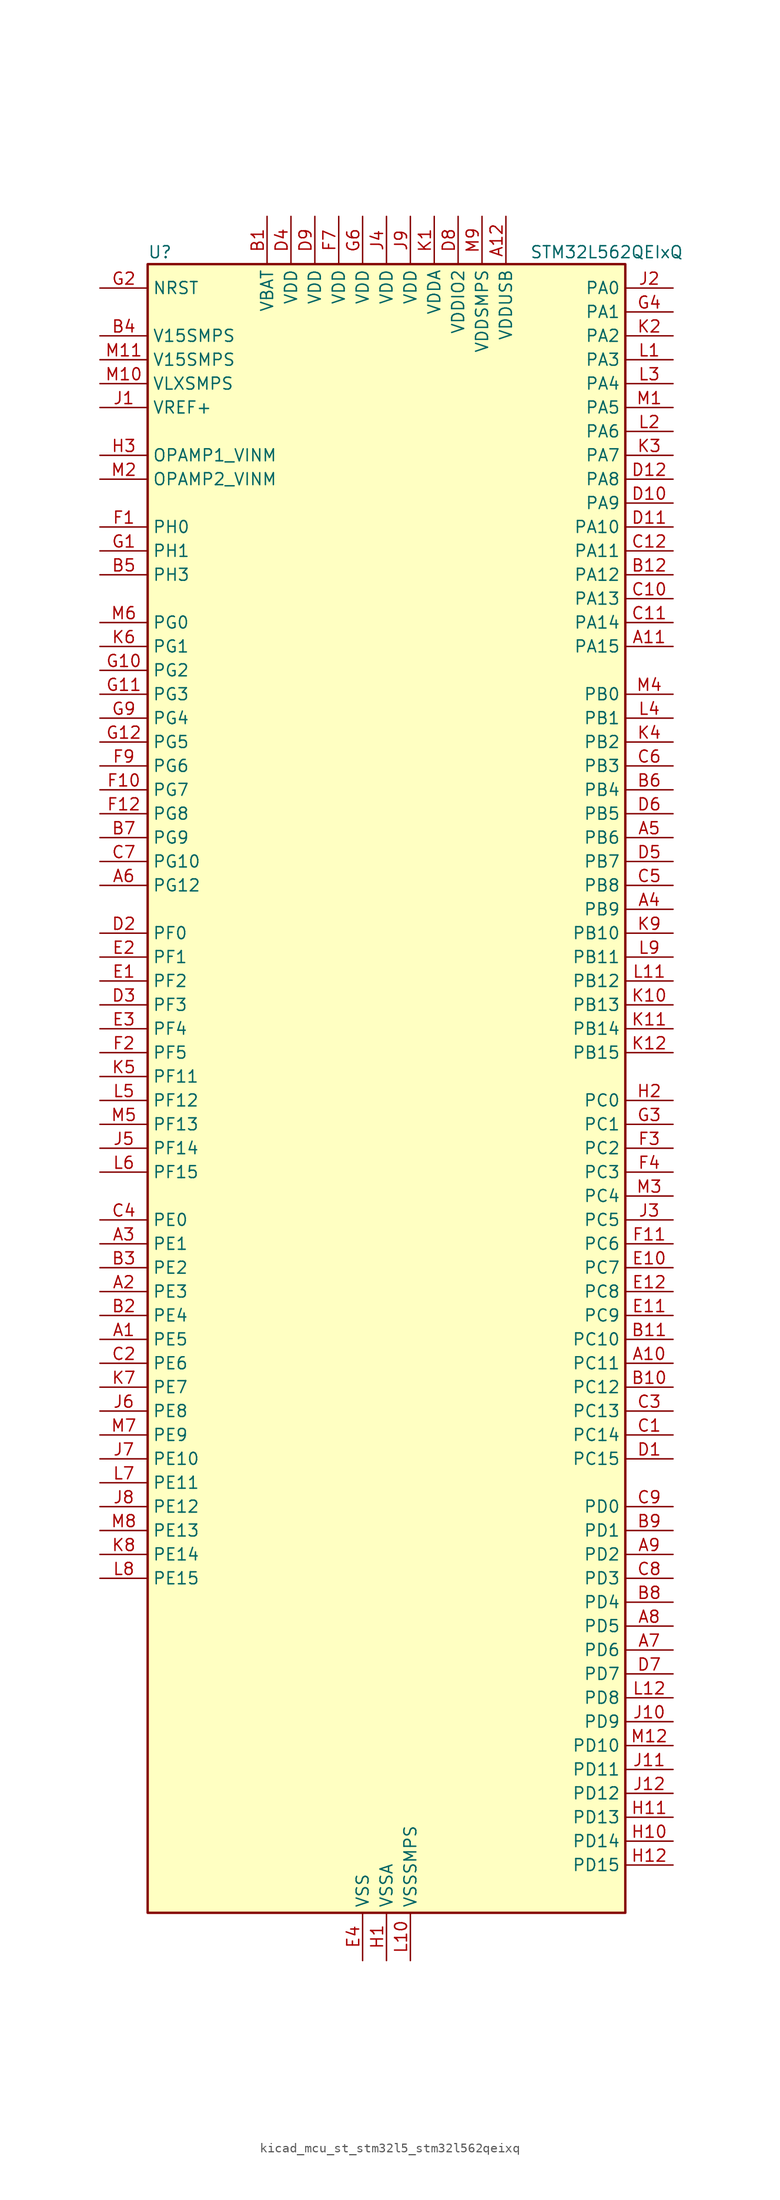
<source format=kicad_sym>
(kicad_symbol_lib
  (version 20220914)
  (generator kicad_symbol_editor)
  (symbol "kicad_mcu_st_stm32l5_stm32l562qeixq"
    (property "Reference" "U"
      (at -25.4 90.17 0)
      (effects (font (size 1.27 1.27)) (justify left)))
    (property "Value" "STM32L562QEIxQ"
      (at 15.24 90.17 0)
      (effects (font (size 1.27 1.27)) (justify left)))
    (property "ki_locked" ""
      (at 0 0 0)
      (effects (font (size 1.27 1.27))))
    (symbol "kicad_mcu_st_stm32l5_stm32l562qeixq_0_1"
      (rectangle (start -25.4 -86.36) (end 25.4 88.9) (stroke (width 0.254) (type default)) (fill (type background))))
    (symbol "kicad_mcu_st_stm32l5_stm32l562qeixq_1_1"
      (pin bidirectional line (at -30.48 -25.4 0) (length 5.08) (name "PE5" (effects (font (size 1.27 1.27)))) (number "A1" (effects (font (size 1.27 1.27)))) (alternate "DEBUG_TRACED2" bidirectional line) (alternate "DFSDM1_CKIN3" bidirectional line) (alternate "FMC_A21" bidirectional line) (alternate "SAI1_CK2" bidirectional line) (alternate "SAI1_SCK_A" bidirectional line) (alternate "TIM3_CH3" bidirectional line) (alternate "TSC_G7_IO4" bidirectional line))
      (pin bidirectional line (at 30.48 -27.94 180) (length 5.08) (name "PC11" (effects (font (size 1.27 1.27)))) (number "A10" (effects (font (size 1.27 1.27)))) (alternate "ADC1_EXTI11" bidirectional line) (alternate "ADC2_EXTI11" bidirectional line) (alternate "LPTIM3_IN1" bidirectional line) (alternate "OCTOSPI1_NCS" bidirectional line) (alternate "SAI2_MCLK_B" bidirectional line) (alternate "SDMMC1_D3" bidirectional line) (alternate "SPI3_MISO" bidirectional line) (alternate "TSC_G3_IO3" bidirectional line) (alternate "UART4_RX" bidirectional line) (alternate "UCPD1_FRSTX2" bidirectional line) (alternate "USART3_RX" bidirectional line))
      (pin bidirectional line (at 30.48 48.26 180) (length 5.08) (name "PA15" (effects (font (size 1.27 1.27)))) (number "A11" (effects (font (size 1.27 1.27)))) (alternate "ADC1_EXTI15" bidirectional line) (alternate "ADC2_EXTI15" bidirectional line) (alternate "DEBUG_JTDI" bidirectional line) (alternate "SAI2_FS_B" bidirectional line) (alternate "SPI1_NSS" bidirectional line) (alternate "SPI3_NSS" bidirectional line) (alternate "TIM2_CH1" bidirectional line) (alternate "TIM2_ETR" bidirectional line) (alternate "UART4_DE" bidirectional line) (alternate "UART4_RTS" bidirectional line) (alternate "UCPD1_CC1" bidirectional line) (alternate "USART2_RX" bidirectional line) (alternate "USART3_DE" bidirectional line) (alternate "USART3_RTS" bidirectional line))
      (pin power_in line (at 12.7 93.98 270) (length 5.08) (name "VDDUSB" (effects (font (size 1.27 1.27)))) (number "A12" (effects (font (size 1.27 1.27)))))
      (pin bidirectional line (at -30.48 -20.32 0) (length 5.08) (name "PE3" (effects (font (size 1.27 1.27)))) (number "A2" (effects (font (size 1.27 1.27)))) (alternate "DEBUG_TRACED0" bidirectional line) (alternate "FMC_A19" bidirectional line) (alternate "OCTOSPI1_DQS" bidirectional line) (alternate "SAI1_SD_B" bidirectional line) (alternate "TIM3_CH1" bidirectional line) (alternate "TSC_G7_IO2" bidirectional line))
      (pin bidirectional line (at -30.48 -15.24 0) (length 5.08) (name "PE1" (effects (font (size 1.27 1.27)))) (number "A3" (effects (font (size 1.27 1.27)))) (alternate "FMC_NBL1" bidirectional line) (alternate "TIM17_CH1" bidirectional line))
      (pin bidirectional line (at 30.48 20.32 180) (length 5.08) (name "PB9" (effects (font (size 1.27 1.27)))) (number "A4" (effects (font (size 1.27 1.27)))) (alternate "DAC1_EXTI9" bidirectional line) (alternate "FDCAN1_TX" bidirectional line) (alternate "I2C1_SDA" bidirectional line) (alternate "IR_OUT" bidirectional line) (alternate "SAI1_D2" bidirectional line) (alternate "SAI1_FS_A" bidirectional line) (alternate "SDMMC1_CDIR" bidirectional line) (alternate "SDMMC1_D5" bidirectional line) (alternate "SPI2_NSS" bidirectional line) (alternate "TIM17_CH1" bidirectional line) (alternate "TIM4_CH4" bidirectional line))
      (pin bidirectional line (at 30.48 27.94 180) (length 5.08) (name "PB6" (effects (font (size 1.27 1.27)))) (number "A5" (effects (font (size 1.27 1.27)))) (alternate "COMP2_INP" bidirectional line) (alternate "I2C1_SCL" bidirectional line) (alternate "I2C4_SCL" bidirectional line) (alternate "LPTIM1_ETR" bidirectional line) (alternate "SAI1_FS_B" bidirectional line) (alternate "TIM16_CH1N" bidirectional line) (alternate "TIM4_CH1" bidirectional line) (alternate "TIM8_BKIN2" bidirectional line) (alternate "TSC_G2_IO3" bidirectional line) (alternate "USART1_TX" bidirectional line))
      (pin bidirectional line (at -30.48 22.86 0) (length 5.08) (name "PG12" (effects (font (size 1.27 1.27)))) (number "A6" (effects (font (size 1.27 1.27)))) (alternate "FMC_NE4" bidirectional line) (alternate "LPTIM1_ETR" bidirectional line) (alternate "SAI2_SD_A" bidirectional line) (alternate "SPI3_NSS" bidirectional line) (alternate "USART1_DE" bidirectional line) (alternate "USART1_RTS" bidirectional line))
      (pin bidirectional line (at 30.48 -58.42 180) (length 5.08) (name "PD6" (effects (font (size 1.27 1.27)))) (number "A7" (effects (font (size 1.27 1.27)))) (alternate "DFSDM1_DATIN1" bidirectional line) (alternate "FMC_NWAIT" bidirectional line) (alternate "OCTOSPI1_IO6" bidirectional line) (alternate "SAI1_D1" bidirectional line) (alternate "SAI1_SD_A" bidirectional line) (alternate "SPI3_MOSI" bidirectional line) (alternate "USART2_RX" bidirectional line))
      (pin bidirectional line (at 30.48 -55.88 180) (length 5.08) (name "PD5" (effects (font (size 1.27 1.27)))) (number "A8" (effects (font (size 1.27 1.27)))) (alternate "FMC_NWE" bidirectional line) (alternate "OCTOSPI1_IO5" bidirectional line) (alternate "USART2_TX" bidirectional line))
      (pin bidirectional line (at 30.48 -48.26 180) (length 5.08) (name "PD2" (effects (font (size 1.27 1.27)))) (number "A9" (effects (font (size 1.27 1.27)))) (alternate "DEBUG_TRACED2" bidirectional line) (alternate "SDMMC1_CMD" bidirectional line) (alternate "TIM3_ETR" bidirectional line) (alternate "TSC_SYNC" bidirectional line) (alternate "UART5_RX" bidirectional line) (alternate "USART3_DE" bidirectional line) (alternate "USART3_RTS" bidirectional line))
      (pin power_in line (at -12.7 93.98 270) (length 5.08) (name "VBAT" (effects (font (size 1.27 1.27)))) (number "B1" (effects (font (size 1.27 1.27)))))
      (pin bidirectional line (at 30.48 -30.48 180) (length 5.08) (name "PC12" (effects (font (size 1.27 1.27)))) (number "B10" (effects (font (size 1.27 1.27)))) (alternate "DEBUG_TRACED3" bidirectional line) (alternate "SAI2_SD_B" bidirectional line) (alternate "SDMMC1_CK" bidirectional line) (alternate "SPI3_MOSI" bidirectional line) (alternate "TSC_G3_IO4" bidirectional line) (alternate "UART5_TX" bidirectional line) (alternate "USART3_CK" bidirectional line))
      (pin bidirectional line (at 30.48 -25.4 180) (length 5.08) (name "PC10" (effects (font (size 1.27 1.27)))) (number "B11" (effects (font (size 1.27 1.27)))) (alternate "DEBUG_TRACED1" bidirectional line) (alternate "LPTIM3_ETR" bidirectional line) (alternate "SAI2_SCK_B" bidirectional line) (alternate "SDMMC1_D2" bidirectional line) (alternate "SPI3_SCK" bidirectional line) (alternate "TSC_G3_IO2" bidirectional line) (alternate "UART4_TX" bidirectional line) (alternate "USART3_TX" bidirectional line))
      (pin bidirectional line (at 30.48 55.88 180) (length 5.08) (name "PA12" (effects (font (size 1.27 1.27)))) (number "B12" (effects (font (size 1.27 1.27)))) (alternate "FDCAN1_TX" bidirectional line) (alternate "SPI1_MOSI" bidirectional line) (alternate "TIM1_ETR" bidirectional line) (alternate "USART1_DE" bidirectional line) (alternate "USART1_RTS" bidirectional line) (alternate "USB_DP" bidirectional line))
      (pin bidirectional line (at -30.48 -22.86 0) (length 5.08) (name "PE4" (effects (font (size 1.27 1.27)))) (number "B2" (effects (font (size 1.27 1.27)))) (alternate "DEBUG_TRACED1" bidirectional line) (alternate "DFSDM1_DATIN3" bidirectional line) (alternate "FMC_A20" bidirectional line) (alternate "SAI1_D2" bidirectional line) (alternate "SAI1_FS_A" bidirectional line) (alternate "TIM3_CH2" bidirectional line) (alternate "TSC_G7_IO3" bidirectional line))
      (pin bidirectional line (at -30.48 -17.78 0) (length 5.08) (name "PE2" (effects (font (size 1.27 1.27)))) (number "B3" (effects (font (size 1.27 1.27)))) (alternate "DEBUG_TRACECLK" bidirectional line) (alternate "FMC_A23" bidirectional line) (alternate "SAI1_CK1" bidirectional line) (alternate "SAI1_MCLK_A" bidirectional line) (alternate "TIM3_ETR" bidirectional line) (alternate "TSC_G7_IO1" bidirectional line))
      (pin power_in line (at -30.48 81.28 0) (length 5.08) (name "V15SMPS" (effects (font (size 1.27 1.27)))) (number "B4" (effects (font (size 1.27 1.27)))))
      (pin bidirectional line (at -30.48 55.88 0) (length 5.08) (name "PH3" (effects (font (size 1.27 1.27)))) (number "B5" (effects (font (size 1.27 1.27)))))
      (pin bidirectional line (at 30.48 33.02 180) (length 5.08) (name "PB4" (effects (font (size 1.27 1.27)))) (number "B6" (effects (font (size 1.27 1.27)))) (alternate "COMP2_INP" bidirectional line) (alternate "DEBUG_JTRST" bidirectional line) (alternate "I2C3_SDA" bidirectional line) (alternate "SAI1_MCLK_B" bidirectional line) (alternate "SPI1_MISO" bidirectional line) (alternate "SPI3_MISO" bidirectional line) (alternate "TIM17_BKIN" bidirectional line) (alternate "TIM3_CH1" bidirectional line) (alternate "TSC_G2_IO1" bidirectional line) (alternate "UART5_DE" bidirectional line) (alternate "UART5_RTS" bidirectional line) (alternate "USART1_CTS" bidirectional line) (alternate "USART1_NSS" bidirectional line))
      (pin bidirectional line (at -30.48 27.94 0) (length 5.08) (name "PG9" (effects (font (size 1.27 1.27)))) (number "B7" (effects (font (size 1.27 1.27)))) (alternate "DAC1_EXTI9" bidirectional line) (alternate "FMC_NCE" bidirectional line) (alternate "FMC_NE2" bidirectional line) (alternate "SAI2_SCK_A" bidirectional line) (alternate "SPI3_SCK" bidirectional line) (alternate "TIM15_CH1N" bidirectional line) (alternate "USART1_TX" bidirectional line))
      (pin bidirectional line (at 30.48 -53.34 180) (length 5.08) (name "PD4" (effects (font (size 1.27 1.27)))) (number "B8" (effects (font (size 1.27 1.27)))) (alternate "DFSDM1_CKIN0" bidirectional line) (alternate "FMC_NOE" bidirectional line) (alternate "OCTOSPI1_IO4" bidirectional line) (alternate "SPI2_MOSI" bidirectional line) (alternate "USART2_DE" bidirectional line) (alternate "USART2_RTS" bidirectional line))
      (pin bidirectional line (at 30.48 -45.72 180) (length 5.08) (name "PD1" (effects (font (size 1.27 1.27)))) (number "B9" (effects (font (size 1.27 1.27)))) (alternate "FDCAN1_TX" bidirectional line) (alternate "FMC_D3" bidirectional line) (alternate "FMC_DA3" bidirectional line) (alternate "SPI2_SCK" bidirectional line))
      (pin bidirectional line (at 30.48 -35.56 180) (length 5.08) (name "PC14" (effects (font (size 1.27 1.27)))) (number "C1" (effects (font (size 1.27 1.27)))) (alternate "RCC_OSC32_IN" bidirectional line))
      (pin bidirectional line (at 30.48 53.34 180) (length 5.08) (name "PA13" (effects (font (size 1.27 1.27)))) (number "C10" (effects (font (size 1.27 1.27)))) (alternate "DEBUG_JTMS-SWDIO" bidirectional line) (alternate "IR_OUT" bidirectional line) (alternate "SAI1_SD_B" bidirectional line) (alternate "USB_NOE" bidirectional line))
      (pin bidirectional line (at 30.48 50.8 180) (length 5.08) (name "PA14" (effects (font (size 1.27 1.27)))) (number "C11" (effects (font (size 1.27 1.27)))) (alternate "DEBUG_JTCK-SWCLK" bidirectional line) (alternate "I2C1_SMBA" bidirectional line) (alternate "I2C4_SMBA" bidirectional line) (alternate "LPTIM1_OUT" bidirectional line) (alternate "SAI1_FS_B" bidirectional line))
      (pin bidirectional line (at 30.48 58.42 180) (length 5.08) (name "PA11" (effects (font (size 1.27 1.27)))) (number "C12" (effects (font (size 1.27 1.27)))) (alternate "ADC1_EXTI11" bidirectional line) (alternate "ADC2_EXTI11" bidirectional line) (alternate "FDCAN1_RX" bidirectional line) (alternate "SPI1_MISO" bidirectional line) (alternate "TIM1_BKIN2" bidirectional line) (alternate "TIM1_CH4" bidirectional line) (alternate "USART1_CTS" bidirectional line) (alternate "USART1_NSS" bidirectional line) (alternate "USB_DM" bidirectional line))
      (pin bidirectional line (at -30.48 -27.94 0) (length 5.08) (name "PE6" (effects (font (size 1.27 1.27)))) (number "C2" (effects (font (size 1.27 1.27)))) (alternate "DEBUG_TRACED3" bidirectional line) (alternate "FMC_A22" bidirectional line) (alternate "PWR_WKUP3" bidirectional line) (alternate "SAI1_D1" bidirectional line) (alternate "SAI1_SD_A" bidirectional line) (alternate "TAMP_IN3" bidirectional line) (alternate "TAMP_OUT6" bidirectional line) (alternate "TIM3_CH4" bidirectional line))
      (pin bidirectional line (at 30.48 -33.02 180) (length 5.08) (name "PC13" (effects (font (size 1.27 1.27)))) (number "C3" (effects (font (size 1.27 1.27)))) (alternate "PWR_WKUP2" bidirectional line) (alternate "RTC_OUT1" bidirectional line) (alternate "RTC_TS" bidirectional line) (alternate "TAMP_IN1" bidirectional line) (alternate "TAMP_OUT2" bidirectional line))
      (pin bidirectional line (at -30.48 -12.7 0) (length 5.08) (name "PE0" (effects (font (size 1.27 1.27)))) (number "C4" (effects (font (size 1.27 1.27)))) (alternate "FMC_NBL0" bidirectional line) (alternate "TIM16_CH1" bidirectional line) (alternate "TIM4_ETR" bidirectional line))
      (pin bidirectional line (at 30.48 22.86 180) (length 5.08) (name "PB8" (effects (font (size 1.27 1.27)))) (number "C5" (effects (font (size 1.27 1.27)))) (alternate "DFSDM1_CKOUT" bidirectional line) (alternate "FDCAN1_RX" bidirectional line) (alternate "I2C1_SCL" bidirectional line) (alternate "SAI1_CK1" bidirectional line) (alternate "SAI1_MCLK_A" bidirectional line) (alternate "SDMMC1_CKIN" bidirectional line) (alternate "SDMMC1_D4" bidirectional line) (alternate "TIM16_CH1" bidirectional line) (alternate "TIM4_CH3" bidirectional line))
      (pin bidirectional line (at 30.48 35.56 180) (length 5.08) (name "PB3" (effects (font (size 1.27 1.27)))) (number "C6" (effects (font (size 1.27 1.27)))) (alternate "COMP2_INM" bidirectional line) (alternate "CRS_SYNC" bidirectional line) (alternate "DEBUG_JTDO-SWO" bidirectional line) (alternate "SAI1_SCK_B" bidirectional line) (alternate "SPI1_SCK" bidirectional line) (alternate "SPI3_SCK" bidirectional line) (alternate "TIM2_CH2" bidirectional line) (alternate "USART1_DE" bidirectional line) (alternate "USART1_RTS" bidirectional line))
      (pin bidirectional line (at -30.48 25.4 0) (length 5.08) (name "PG10" (effects (font (size 1.27 1.27)))) (number "C7" (effects (font (size 1.27 1.27)))) (alternate "FMC_NE3" bidirectional line) (alternate "LPTIM1_IN1" bidirectional line) (alternate "SAI2_FS_A" bidirectional line) (alternate "SPI3_MISO" bidirectional line) (alternate "TIM15_CH1" bidirectional line) (alternate "USART1_RX" bidirectional line))
      (pin bidirectional line (at 30.48 -50.8 180) (length 5.08) (name "PD3" (effects (font (size 1.27 1.27)))) (number "C8" (effects (font (size 1.27 1.27)))) (alternate "DFSDM1_DATIN0" bidirectional line) (alternate "FMC_CLK" bidirectional line) (alternate "SPI2_MISO" bidirectional line) (alternate "SPI2_SCK" bidirectional line) (alternate "USART2_CTS" bidirectional line) (alternate "USART2_NSS" bidirectional line))
      (pin bidirectional line (at 30.48 -43.18 180) (length 5.08) (name "PD0" (effects (font (size 1.27 1.27)))) (number "C9" (effects (font (size 1.27 1.27)))) (alternate "FDCAN1_RX" bidirectional line) (alternate "FMC_D2" bidirectional line) (alternate "FMC_DA2" bidirectional line) (alternate "SPI2_NSS" bidirectional line))
      (pin bidirectional line (at 30.48 -38.1 180) (length 5.08) (name "PC15" (effects (font (size 1.27 1.27)))) (number "D1" (effects (font (size 1.27 1.27)))) (alternate "ADC1_EXTI15" bidirectional line) (alternate "ADC2_EXTI15" bidirectional line) (alternate "RCC_OSC32_OUT" bidirectional line))
      (pin bidirectional line (at 30.48 63.5 180) (length 5.08) (name "PA9" (effects (font (size 1.27 1.27)))) (number "D10" (effects (font (size 1.27 1.27)))) (alternate "DAC1_EXTI9" bidirectional line) (alternate "SAI1_FS_A" bidirectional line) (alternate "SPI2_SCK" bidirectional line) (alternate "TIM15_BKIN" bidirectional line) (alternate "TIM1_CH2" bidirectional line) (alternate "USART1_TX" bidirectional line))
      (pin bidirectional line (at 30.48 60.96 180) (length 5.08) (name "PA10" (effects (font (size 1.27 1.27)))) (number "D11" (effects (font (size 1.27 1.27)))) (alternate "CRS_SYNC" bidirectional line) (alternate "SAI1_D1" bidirectional line) (alternate "SAI1_SD_A" bidirectional line) (alternate "TIM17_BKIN" bidirectional line) (alternate "TIM1_CH3" bidirectional line) (alternate "USART1_RX" bidirectional line))
      (pin bidirectional line (at 30.48 66.04 180) (length 5.08) (name "PA8" (effects (font (size 1.27 1.27)))) (number "D12" (effects (font (size 1.27 1.27)))) (alternate "LPTIM2_OUT" bidirectional line) (alternate "RCC_MCO" bidirectional line) (alternate "SAI1_CK2" bidirectional line) (alternate "SAI1_SCK_A" bidirectional line) (alternate "TIM1_CH1" bidirectional line) (alternate "USART1_CK" bidirectional line))
      (pin bidirectional line (at -30.48 17.78 0) (length 5.08) (name "PF0" (effects (font (size 1.27 1.27)))) (number "D2" (effects (font (size 1.27 1.27)))) (alternate "FMC_A0" bidirectional line) (alternate "I2C2_SDA" bidirectional line))
      (pin bidirectional line (at -30.48 10.16 0) (length 5.08) (name "PF3" (effects (font (size 1.27 1.27)))) (number "D3" (effects (font (size 1.27 1.27)))) (alternate "FMC_A3" bidirectional line) (alternate "LPTIM3_IN1" bidirectional line))
      (pin power_in line (at -10.16 93.98 270) (length 5.08) (name "VDD" (effects (font (size 1.27 1.27)))) (number "D4" (effects (font (size 1.27 1.27)))))
      (pin bidirectional line (at 30.48 25.4 180) (length 5.08) (name "PB7" (effects (font (size 1.27 1.27)))) (number "D5" (effects (font (size 1.27 1.27)))) (alternate "COMP2_INM" bidirectional line) (alternate "FMC_NL" bidirectional line) (alternate "I2C1_SDA" bidirectional line) (alternate "I2C4_SDA" bidirectional line) (alternate "LPTIM1_IN2" bidirectional line) (alternate "PWR_PVD_IN" bidirectional line) (alternate "TIM17_CH1N" bidirectional line) (alternate "TIM4_CH2" bidirectional line) (alternate "TIM8_BKIN" bidirectional line) (alternate "TSC_G2_IO4" bidirectional line) (alternate "UART4_CTS" bidirectional line) (alternate "USART1_RX" bidirectional line))
      (pin bidirectional line (at 30.48 30.48 180) (length 5.08) (name "PB5" (effects (font (size 1.27 1.27)))) (number "D6" (effects (font (size 1.27 1.27)))) (alternate "COMP2_OUT" bidirectional line) (alternate "I2C1_SMBA" bidirectional line) (alternate "LPTIM1_IN1" bidirectional line) (alternate "OCTOSPI1_NCLK" bidirectional line) (alternate "SAI1_SD_B" bidirectional line) (alternate "SPI1_MOSI" bidirectional line) (alternate "SPI3_MOSI" bidirectional line) (alternate "TIM16_BKIN" bidirectional line) (alternate "TIM3_CH2" bidirectional line) (alternate "TSC_G2_IO2" bidirectional line) (alternate "UART5_CTS" bidirectional line) (alternate "UCPD1_DBCC1" bidirectional line) (alternate "USART1_CK" bidirectional line))
      (pin bidirectional line (at 30.48 -60.96 180) (length 5.08) (name "PD7" (effects (font (size 1.27 1.27)))) (number "D7" (effects (font (size 1.27 1.27)))) (alternate "DFSDM1_CKIN1" bidirectional line) (alternate "FMC_NCE" bidirectional line) (alternate "FMC_NE1" bidirectional line) (alternate "OCTOSPI1_IO7" bidirectional line) (alternate "USART2_CK" bidirectional line))
      (pin power_in line (at 7.62 93.98 270) (length 5.08) (name "VDDIO2" (effects (font (size 1.27 1.27)))) (number "D8" (effects (font (size 1.27 1.27)))))
      (pin power_in line (at -7.62 93.98 270) (length 5.08) (name "VDD" (effects (font (size 1.27 1.27)))) (number "D9" (effects (font (size 1.27 1.27)))))
      (pin bidirectional line (at -30.48 12.7 0) (length 5.08) (name "PF2" (effects (font (size 1.27 1.27)))) (number "E1" (effects (font (size 1.27 1.27)))) (alternate "FMC_A2" bidirectional line) (alternate "I2C2_SMBA" bidirectional line))
      (pin bidirectional line (at 30.48 -17.78 180) (length 5.08) (name "PC7" (effects (font (size 1.27 1.27)))) (number "E10" (effects (font (size 1.27 1.27)))) (alternate "DFSDM1_DATIN3" bidirectional line) (alternate "SAI2_MCLK_B" bidirectional line) (alternate "SDMMC1_D123DIR" bidirectional line) (alternate "SDMMC1_D7" bidirectional line) (alternate "TIM3_CH2" bidirectional line) (alternate "TIM8_CH2" bidirectional line) (alternate "TSC_G4_IO2" bidirectional line))
      (pin bidirectional line (at 30.48 -22.86 180) (length 5.08) (name "PC9" (effects (font (size 1.27 1.27)))) (number "E11" (effects (font (size 1.27 1.27)))) (alternate "DAC1_EXTI9" bidirectional line) (alternate "DEBUG_TRACED0" bidirectional line) (alternate "SAI2_EXTCLK" bidirectional line) (alternate "SDMMC1_D1" bidirectional line) (alternate "TIM3_CH4" bidirectional line) (alternate "TIM8_BKIN2" bidirectional line) (alternate "TIM8_CH4" bidirectional line) (alternate "TSC_G4_IO4" bidirectional line) (alternate "USB_NOE" bidirectional line))
      (pin bidirectional line (at 30.48 -20.32 180) (length 5.08) (name "PC8" (effects (font (size 1.27 1.27)))) (number "E12" (effects (font (size 1.27 1.27)))) (alternate "SDMMC1_D0" bidirectional line) (alternate "TIM3_CH3" bidirectional line) (alternate "TIM8_CH3" bidirectional line) (alternate "TSC_G4_IO3" bidirectional line))
      (pin bidirectional line (at -30.48 15.24 0) (length 5.08) (name "PF1" (effects (font (size 1.27 1.27)))) (number "E2" (effects (font (size 1.27 1.27)))) (alternate "FMC_A1" bidirectional line) (alternate "I2C2_SCL" bidirectional line))
      (pin bidirectional line (at -30.48 7.62 0) (length 5.08) (name "PF4" (effects (font (size 1.27 1.27)))) (number "E3" (effects (font (size 1.27 1.27)))) (alternate "FMC_A4" bidirectional line) (alternate "LPTIM3_ETR" bidirectional line))
      (pin power_in line (at -2.54 -91.44 90) (length 5.08) (name "VSS" (effects (font (size 1.27 1.27)))) (number "E4" (effects (font (size 1.27 1.27)))))
      (pin passive line (at -2.54 -91.44 90) (length 5.08) hide (name "VSS" (effects (font (size 1.27 1.27)))) (number "E9" (effects (font (size 1.27 1.27)))))
      (pin bidirectional line (at -30.48 60.96 0) (length 5.08) (name "PH0" (effects (font (size 1.27 1.27)))) (number "F1" (effects (font (size 1.27 1.27)))) (alternate "RCC_OSC_IN" bidirectional line))
      (pin bidirectional line (at -30.48 33.02 0) (length 5.08) (name "PG7" (effects (font (size 1.27 1.27)))) (number "F10" (effects (font (size 1.27 1.27)))) (alternate "DFSDM1_CKOUT" bidirectional line) (alternate "FMC_INT" bidirectional line) (alternate "I2C3_SCL" bidirectional line) (alternate "LPUART1_TX" bidirectional line) (alternate "SAI1_CK1" bidirectional line) (alternate "SAI1_MCLK_A" bidirectional line) (alternate "UCPD1_FRSTX2" bidirectional line))
      (pin bidirectional line (at 30.48 -15.24 180) (length 5.08) (name "PC6" (effects (font (size 1.27 1.27)))) (number "F11" (effects (font (size 1.27 1.27)))) (alternate "DFSDM1_CKIN3" bidirectional line) (alternate "SAI2_MCLK_A" bidirectional line) (alternate "SDMMC1_D0DIR" bidirectional line) (alternate "SDMMC1_D6" bidirectional line) (alternate "TIM3_CH1" bidirectional line) (alternate "TIM8_CH1" bidirectional line) (alternate "TSC_G4_IO1" bidirectional line))
      (pin bidirectional line (at -30.48 30.48 0) (length 5.08) (name "PG8" (effects (font (size 1.27 1.27)))) (number "F12" (effects (font (size 1.27 1.27)))) (alternate "I2C3_SDA" bidirectional line) (alternate "LPUART1_RX" bidirectional line))
      (pin bidirectional line (at -30.48 5.08 0) (length 5.08) (name "PF5" (effects (font (size 1.27 1.27)))) (number "F2" (effects (font (size 1.27 1.27)))) (alternate "FMC_A5" bidirectional line) (alternate "LPTIM3_OUT" bidirectional line))
      (pin bidirectional line (at 30.48 -5.08 180) (length 5.08) (name "PC2" (effects (font (size 1.27 1.27)))) (number "F3" (effects (font (size 1.27 1.27)))) (alternate "ADC1_IN3" bidirectional line) (alternate "ADC2_IN3" bidirectional line) (alternate "DFSDM1_CKOUT" bidirectional line) (alternate "LPTIM1_IN2" bidirectional line) (alternate "OCTOSPI1_IO5" bidirectional line) (alternate "SPI2_MISO" bidirectional line))
      (pin bidirectional line (at 30.48 -7.62 180) (length 5.08) (name "PC3" (effects (font (size 1.27 1.27)))) (number "F4" (effects (font (size 1.27 1.27)))) (alternate "ADC1_IN4" bidirectional line) (alternate "ADC2_IN4" bidirectional line) (alternate "LPTIM1_ETR" bidirectional line) (alternate "LPTIM2_ETR" bidirectional line) (alternate "LPTIM3_OUT" bidirectional line) (alternate "OCTOSPI1_IO6" bidirectional line) (alternate "SAI1_D1" bidirectional line) (alternate "SAI1_SD_A" bidirectional line) (alternate "SPI2_MOSI" bidirectional line))
      (pin passive line (at -2.54 -91.44 90) (length 5.08) hide (name "VSS" (effects (font (size 1.27 1.27)))) (number "F6" (effects (font (size 1.27 1.27)))))
      (pin power_in line (at -5.08 93.98 270) (length 5.08) (name "VDD" (effects (font (size 1.27 1.27)))) (number "F7" (effects (font (size 1.27 1.27)))))
      (pin bidirectional line (at -30.48 35.56 0) (length 5.08) (name "PG6" (effects (font (size 1.27 1.27)))) (number "F9" (effects (font (size 1.27 1.27)))) (alternate "I2C3_SMBA" bidirectional line) (alternate "LPUART1_DE" bidirectional line) (alternate "LPUART1_RTS" bidirectional line) (alternate "OCTOSPI1_DQS" bidirectional line) (alternate "UCPD1_FRSTX1" bidirectional line))
      (pin bidirectional line (at -30.48 58.42 0) (length 5.08) (name "PH1" (effects (font (size 1.27 1.27)))) (number "G1" (effects (font (size 1.27 1.27)))) (alternate "RCC_OSC_OUT" bidirectional line))
      (pin bidirectional line (at -30.48 45.72 0) (length 5.08) (name "PG2" (effects (font (size 1.27 1.27)))) (number "G10" (effects (font (size 1.27 1.27)))) (alternate "FMC_A12" bidirectional line) (alternate "SAI2_SCK_B" bidirectional line) (alternate "SPI1_SCK" bidirectional line))
      (pin bidirectional line (at -30.48 43.18 0) (length 5.08) (name "PG3" (effects (font (size 1.27 1.27)))) (number "G11" (effects (font (size 1.27 1.27)))) (alternate "FMC_A13" bidirectional line) (alternate "SAI2_FS_B" bidirectional line) (alternate "SPI1_MISO" bidirectional line))
      (pin bidirectional line (at -30.48 38.1 0) (length 5.08) (name "PG5" (effects (font (size 1.27 1.27)))) (number "G12" (effects (font (size 1.27 1.27)))) (alternate "FMC_A15" bidirectional line) (alternate "LPUART1_CTS" bidirectional line) (alternate "SAI2_SD_B" bidirectional line) (alternate "SPI1_NSS" bidirectional line))
      (pin input line (at -30.48 86.36 0) (length 5.08) (name "NRST" (effects (font (size 1.27 1.27)))) (number "G2" (effects (font (size 1.27 1.27)))))
      (pin bidirectional line (at 30.48 -2.54 180) (length 5.08) (name "PC1" (effects (font (size 1.27 1.27)))) (number "G3" (effects (font (size 1.27 1.27)))) (alternate "ADC1_IN2" bidirectional line) (alternate "ADC2_IN2" bidirectional line) (alternate "DEBUG_TRACED0" bidirectional line) (alternate "I2C3_SDA" bidirectional line) (alternate "LPTIM1_OUT" bidirectional line) (alternate "LPUART1_TX" bidirectional line) (alternate "OCTOSPI1_IO4" bidirectional line) (alternate "SAI1_SD_A" bidirectional line) (alternate "SPI2_MOSI" bidirectional line))
      (pin bidirectional line (at 30.48 83.82 180) (length 5.08) (name "PA1" (effects (font (size 1.27 1.27)))) (number "G4" (effects (font (size 1.27 1.27)))) (alternate "ADC1_IN6" bidirectional line) (alternate "ADC2_IN6" bidirectional line) (alternate "I2C1_SMBA" bidirectional line) (alternate "OCTOSPI1_DQS" bidirectional line) (alternate "OPAMP1_VINM" bidirectional line) (alternate "SPI1_SCK" bidirectional line) (alternate "TAMP_IN5" bidirectional line) (alternate "TAMP_OUT4" bidirectional line) (alternate "TIM15_CH1N" bidirectional line) (alternate "TIM2_CH2" bidirectional line) (alternate "TIM5_CH2" bidirectional line) (alternate "UART4_RX" bidirectional line) (alternate "USART2_DE" bidirectional line) (alternate "USART2_RTS" bidirectional line))
      (pin power_in line (at -2.54 93.98 270) (length 5.08) (name "VDD" (effects (font (size 1.27 1.27)))) (number "G6" (effects (font (size 1.27 1.27)))))
      (pin passive line (at -2.54 -91.44 90) (length 5.08) hide (name "VSS" (effects (font (size 1.27 1.27)))) (number "G7" (effects (font (size 1.27 1.27)))))
      (pin bidirectional line (at -30.48 40.64 0) (length 5.08) (name "PG4" (effects (font (size 1.27 1.27)))) (number "G9" (effects (font (size 1.27 1.27)))) (alternate "FMC_A14" bidirectional line) (alternate "SAI2_MCLK_B" bidirectional line) (alternate "SPI1_MOSI" bidirectional line))
      (pin power_in line (at 0 -91.44 90) (length 5.08) (name "VSSA" (effects (font (size 1.27 1.27)))) (number "H1" (effects (font (size 1.27 1.27)))))
      (pin bidirectional line (at 30.48 -78.74 180) (length 5.08) (name "PD14" (effects (font (size 1.27 1.27)))) (number "H10" (effects (font (size 1.27 1.27)))) (alternate "FMC_D0" bidirectional line) (alternate "FMC_DA0" bidirectional line) (alternate "TIM4_CH3" bidirectional line))
      (pin bidirectional line (at 30.48 -76.2 180) (length 5.08) (name "PD13" (effects (font (size 1.27 1.27)))) (number "H11" (effects (font (size 1.27 1.27)))) (alternate "FMC_A18" bidirectional line) (alternate "I2C4_SDA" bidirectional line) (alternate "LPTIM2_OUT" bidirectional line) (alternate "TIM4_CH2" bidirectional line) (alternate "TSC_G6_IO4" bidirectional line))
      (pin bidirectional line (at 30.48 -81.28 180) (length 5.08) (name "PD15" (effects (font (size 1.27 1.27)))) (number "H12" (effects (font (size 1.27 1.27)))) (alternate "ADC1_EXTI15" bidirectional line) (alternate "ADC2_EXTI15" bidirectional line) (alternate "FMC_D1" bidirectional line) (alternate "FMC_DA1" bidirectional line) (alternate "TIM4_CH4" bidirectional line))
      (pin bidirectional line (at 30.48 0 180) (length 5.08) (name "PC0" (effects (font (size 1.27 1.27)))) (number "H2" (effects (font (size 1.27 1.27)))) (alternate "ADC1_IN1" bidirectional line) (alternate "ADC2_IN1" bidirectional line) (alternate "I2C3_SCL" bidirectional line) (alternate "LPTIM1_IN1" bidirectional line) (alternate "LPTIM2_IN1" bidirectional line) (alternate "LPUART1_RX" bidirectional line) (alternate "OCTOSPI1_IO7" bidirectional line) (alternate "SAI2_FS_A" bidirectional line) (alternate "SDMMC1_D5" bidirectional line))
      (pin bidirectional line (at -30.48 68.58 0) (length 5.08) (name "OPAMP1_VINM" (effects (font (size 1.27 1.27)))) (number "H3" (effects (font (size 1.27 1.27)))) (alternate "OPAMP1_VINM" bidirectional line))
      (pin passive line (at -2.54 -91.44 90) (length 5.08) hide (name "VSS" (effects (font (size 1.27 1.27)))) (number "H4" (effects (font (size 1.27 1.27)))))
      (pin passive line (at -2.54 -91.44 90) (length 5.08) hide (name "VSS" (effects (font (size 1.27 1.27)))) (number "H9" (effects (font (size 1.27 1.27)))))
      (pin input line (at -30.48 73.66 0) (length 5.08) (name "VREF+" (effects (font (size 1.27 1.27)))) (number "J1" (effects (font (size 1.27 1.27)))))
      (pin bidirectional line (at 30.48 -66.04 180) (length 5.08) (name "PD9" (effects (font (size 1.27 1.27)))) (number "J10" (effects (font (size 1.27 1.27)))) (alternate "DAC1_EXTI9" bidirectional line) (alternate "FMC_D14" bidirectional line) (alternate "FMC_DA14" bidirectional line) (alternate "SAI2_MCLK_A" bidirectional line) (alternate "USART3_RX" bidirectional line))
      (pin bidirectional line (at 30.48 -71.12 180) (length 5.08) (name "PD11" (effects (font (size 1.27 1.27)))) (number "J11" (effects (font (size 1.27 1.27)))) (alternate "ADC1_EXTI11" bidirectional line) (alternate "ADC2_EXTI11" bidirectional line) (alternate "FMC_A16" bidirectional line) (alternate "FMC_CLE" bidirectional line) (alternate "I2C4_SMBA" bidirectional line) (alternate "LPTIM2_ETR" bidirectional line) (alternate "SAI2_SD_A" bidirectional line) (alternate "TSC_G6_IO2" bidirectional line) (alternate "USART3_CTS" bidirectional line) (alternate "USART3_NSS" bidirectional line))
      (pin bidirectional line (at 30.48 -73.66 180) (length 5.08) (name "PD12" (effects (font (size 1.27 1.27)))) (number "J12" (effects (font (size 1.27 1.27)))) (alternate "FMC_A17" bidirectional line) (alternate "FMC_ALE" bidirectional line) (alternate "I2C4_SCL" bidirectional line) (alternate "LPTIM2_IN1" bidirectional line) (alternate "SAI2_FS_A" bidirectional line) (alternate "TIM4_CH1" bidirectional line) (alternate "TSC_G6_IO3" bidirectional line) (alternate "USART3_DE" bidirectional line) (alternate "USART3_RTS" bidirectional line))
      (pin bidirectional line (at 30.48 86.36 180) (length 5.08) (name "PA0" (effects (font (size 1.27 1.27)))) (number "J2" (effects (font (size 1.27 1.27)))) (alternate "ADC1_IN5" bidirectional line) (alternate "ADC2_IN5" bidirectional line) (alternate "OPAMP1_VINP" bidirectional line) (alternate "PWR_WKUP1" bidirectional line) (alternate "SAI1_EXTCLK" bidirectional line) (alternate "TAMP_IN2" bidirectional line) (alternate "TAMP_OUT1" bidirectional line) (alternate "TIM2_CH1" bidirectional line) (alternate "TIM2_ETR" bidirectional line) (alternate "TIM5_CH1" bidirectional line) (alternate "TIM8_ETR" bidirectional line) (alternate "UART4_TX" bidirectional line) (alternate "USART2_CTS" bidirectional line) (alternate "USART2_NSS" bidirectional line))
      (pin bidirectional line (at 30.48 -12.7 180) (length 5.08) (name "PC5" (effects (font (size 1.27 1.27)))) (number "J3" (effects (font (size 1.27 1.27)))) (alternate "ADC1_IN14" bidirectional line) (alternate "ADC2_IN14" bidirectional line) (alternate "COMP1_INP" bidirectional line) (alternate "PWR_WKUP5" bidirectional line) (alternate "SAI1_D3" bidirectional line) (alternate "TAMP_IN4" bidirectional line) (alternate "TAMP_OUT5" bidirectional line) (alternate "USART3_RX" bidirectional line))
      (pin power_in line (at 0 93.98 270) (length 5.08) (name "VDD" (effects (font (size 1.27 1.27)))) (number "J4" (effects (font (size 1.27 1.27)))))
      (pin bidirectional line (at -30.48 -5.08 0) (length 5.08) (name "PF14" (effects (font (size 1.27 1.27)))) (number "J5" (effects (font (size 1.27 1.27)))) (alternate "FMC_A8" bidirectional line) (alternate "I2C4_SCL" bidirectional line) (alternate "TSC_G8_IO1" bidirectional line))
      (pin bidirectional line (at -30.48 -33.02 0) (length 5.08) (name "PE8" (effects (font (size 1.27 1.27)))) (number "J6" (effects (font (size 1.27 1.27)))) (alternate "DFSDM1_CKIN2" bidirectional line) (alternate "FMC_D5" bidirectional line) (alternate "FMC_DA5" bidirectional line) (alternate "SAI1_SCK_B" bidirectional line) (alternate "TIM1_CH1N" bidirectional line))
      (pin bidirectional line (at -30.48 -38.1 0) (length 5.08) (name "PE10" (effects (font (size 1.27 1.27)))) (number "J7" (effects (font (size 1.27 1.27)))) (alternate "FMC_D7" bidirectional line) (alternate "FMC_DA7" bidirectional line) (alternate "OCTOSPI1_CLK" bidirectional line) (alternate "SAI1_MCLK_B" bidirectional line) (alternate "TIM1_CH2N" bidirectional line) (alternate "TSC_G5_IO1" bidirectional line))
      (pin bidirectional line (at -30.48 -43.18 0) (length 5.08) (name "PE12" (effects (font (size 1.27 1.27)))) (number "J8" (effects (font (size 1.27 1.27)))) (alternate "FMC_D9" bidirectional line) (alternate "FMC_DA9" bidirectional line) (alternate "OCTOSPI1_IO0" bidirectional line) (alternate "SPI1_NSS" bidirectional line) (alternate "TIM1_CH3N" bidirectional line) (alternate "TSC_G5_IO3" bidirectional line))
      (pin power_in line (at 2.54 93.98 270) (length 5.08) (name "VDD" (effects (font (size 1.27 1.27)))) (number "J9" (effects (font (size 1.27 1.27)))))
      (pin power_in line (at 5.08 93.98 270) (length 5.08) (name "VDDA" (effects (font (size 1.27 1.27)))) (number "K1" (effects (font (size 1.27 1.27)))))
      (pin bidirectional line (at 30.48 10.16 180) (length 5.08) (name "PB13" (effects (font (size 1.27 1.27)))) (number "K10" (effects (font (size 1.27 1.27)))) (alternate "DFSDM1_CKIN1" bidirectional line) (alternate "I2C2_SCL" bidirectional line) (alternate "LPTIM3_IN1" bidirectional line) (alternate "LPUART1_CTS" bidirectional line) (alternate "SAI2_SCK_A" bidirectional line) (alternate "SPI2_SCK" bidirectional line) (alternate "TIM15_CH1N" bidirectional line) (alternate "TIM1_CH1N" bidirectional line) (alternate "TSC_G1_IO2" bidirectional line) (alternate "UCPD1_FRSTX2" bidirectional line) (alternate "USART3_CTS" bidirectional line) (alternate "USART3_NSS" bidirectional line))
      (pin bidirectional line (at 30.48 7.62 180) (length 5.08) (name "PB14" (effects (font (size 1.27 1.27)))) (number "K11" (effects (font (size 1.27 1.27)))) (alternate "DFSDM1_DATIN2" bidirectional line) (alternate "I2C2_SDA" bidirectional line) (alternate "LPTIM3_ETR" bidirectional line) (alternate "SAI2_MCLK_A" bidirectional line) (alternate "SPI2_MISO" bidirectional line) (alternate "TIM15_CH1" bidirectional line) (alternate "TIM1_CH2N" bidirectional line) (alternate "TIM8_CH2N" bidirectional line) (alternate "TSC_G1_IO3" bidirectional line) (alternate "UCPD1_DBCC2" bidirectional line) (alternate "USART3_DE" bidirectional line) (alternate "USART3_RTS" bidirectional line))
      (pin bidirectional line (at 30.48 5.08 180) (length 5.08) (name "PB15" (effects (font (size 1.27 1.27)))) (number "K12" (effects (font (size 1.27 1.27)))) (alternate "ADC1_EXTI15" bidirectional line) (alternate "ADC2_EXTI15" bidirectional line) (alternate "DFSDM1_CKIN2" bidirectional line) (alternate "RTC_REFIN" bidirectional line) (alternate "SAI2_SD_A" bidirectional line) (alternate "SPI2_MOSI" bidirectional line) (alternate "TIM15_CH2" bidirectional line) (alternate "TIM1_CH3N" bidirectional line) (alternate "TIM8_CH3N" bidirectional line) (alternate "UCPD1_CC2" bidirectional line))
      (pin bidirectional line (at 30.48 81.28 180) (length 5.08) (name "PA2" (effects (font (size 1.27 1.27)))) (number "K2" (effects (font (size 1.27 1.27)))) (alternate "ADC1_IN7" bidirectional line) (alternate "ADC2_IN7" bidirectional line) (alternate "COMP1_INP" bidirectional line) (alternate "LPUART1_TX" bidirectional line) (alternate "OCTOSPI1_NCS" bidirectional line) (alternate "PWR_WKUP4" bidirectional line) (alternate "RCC_LSCO" bidirectional line) (alternate "SAI2_EXTCLK" bidirectional line) (alternate "TIM15_CH1" bidirectional line) (alternate "TIM2_CH3" bidirectional line) (alternate "TIM5_CH3" bidirectional line) (alternate "UCPD1_FRSTX1" bidirectional line) (alternate "USART2_TX" bidirectional line))
      (pin bidirectional line (at 30.48 68.58 180) (length 5.08) (name "PA7" (effects (font (size 1.27 1.27)))) (number "K3" (effects (font (size 1.27 1.27)))) (alternate "ADC1_IN12" bidirectional line) (alternate "ADC2_IN12" bidirectional line) (alternate "I2C3_SCL" bidirectional line) (alternate "OCTOSPI1_IO2" bidirectional line) (alternate "OPAMP2_VINM" bidirectional line) (alternate "SPI1_MOSI" bidirectional line) (alternate "TIM17_CH1" bidirectional line) (alternate "TIM1_CH1N" bidirectional line) (alternate "TIM3_CH2" bidirectional line) (alternate "TIM8_CH1N" bidirectional line))
      (pin bidirectional line (at 30.48 38.1 180) (length 5.08) (name "PB2" (effects (font (size 1.27 1.27)))) (number "K4" (effects (font (size 1.27 1.27)))) (alternate "COMP1_INP" bidirectional line) (alternate "DFSDM1_CKIN0" bidirectional line) (alternate "I2C3_SMBA" bidirectional line) (alternate "LPTIM1_OUT" bidirectional line) (alternate "OCTOSPI1_DQS" bidirectional line) (alternate "RTC_OUT2" bidirectional line) (alternate "UCPD1_FRSTX1" bidirectional line))
      (pin bidirectional line (at -30.48 2.54 0) (length 5.08) (name "PF11" (effects (font (size 1.27 1.27)))) (number "K5" (effects (font (size 1.27 1.27)))) (alternate "ADC1_EXTI11" bidirectional line) (alternate "ADC2_EXTI11" bidirectional line) (alternate "OCTOSPI1_NCLK" bidirectional line))
      (pin bidirectional line (at -30.48 48.26 0) (length 5.08) (name "PG1" (effects (font (size 1.27 1.27)))) (number "K6" (effects (font (size 1.27 1.27)))) (alternate "FMC_A11" bidirectional line) (alternate "TSC_G8_IO4" bidirectional line))
      (pin bidirectional line (at -30.48 -30.48 0) (length 5.08) (name "PE7" (effects (font (size 1.27 1.27)))) (number "K7" (effects (font (size 1.27 1.27)))) (alternate "DFSDM1_DATIN2" bidirectional line) (alternate "FMC_D4" bidirectional line) (alternate "FMC_DA4" bidirectional line) (alternate "SAI1_SD_B" bidirectional line) (alternate "TIM1_ETR" bidirectional line))
      (pin bidirectional line (at -30.48 -48.26 0) (length 5.08) (name "PE14" (effects (font (size 1.27 1.27)))) (number "K8" (effects (font (size 1.27 1.27)))) (alternate "FMC_D11" bidirectional line) (alternate "FMC_DA11" bidirectional line) (alternate "OCTOSPI1_IO2" bidirectional line) (alternate "SPI1_MISO" bidirectional line) (alternate "TIM1_BKIN2" bidirectional line) (alternate "TIM1_CH4" bidirectional line))
      (pin bidirectional line (at 30.48 17.78 180) (length 5.08) (name "PB10" (effects (font (size 1.27 1.27)))) (number "K9" (effects (font (size 1.27 1.27)))) (alternate "COMP1_OUT" bidirectional line) (alternate "I2C2_SCL" bidirectional line) (alternate "I2C4_SCL" bidirectional line) (alternate "LPTIM3_OUT" bidirectional line) (alternate "LPUART1_RX" bidirectional line) (alternate "OCTOSPI1_CLK" bidirectional line) (alternate "SAI1_SCK_A" bidirectional line) (alternate "SPI2_SCK" bidirectional line) (alternate "TIM2_CH3" bidirectional line) (alternate "TSC_SYNC" bidirectional line) (alternate "USART3_TX" bidirectional line))
      (pin bidirectional line (at 30.48 78.74 180) (length 5.08) (name "PA3" (effects (font (size 1.27 1.27)))) (number "L1" (effects (font (size 1.27 1.27)))) (alternate "ADC1_IN8" bidirectional line) (alternate "ADC2_IN8" bidirectional line) (alternate "LPUART1_RX" bidirectional line) (alternate "OCTOSPI1_CLK" bidirectional line) (alternate "OPAMP1_VOUT" bidirectional line) (alternate "SAI1_CK1" bidirectional line) (alternate "SAI1_MCLK_A" bidirectional line) (alternate "TIM15_CH2" bidirectional line) (alternate "TIM2_CH4" bidirectional line) (alternate "TIM5_CH4" bidirectional line) (alternate "USART2_RX" bidirectional line))
      (pin power_in line (at 2.54 -91.44 90) (length 5.08) (name "VSSSMPS" (effects (font (size 1.27 1.27)))) (number "L10" (effects (font (size 1.27 1.27)))))
      (pin bidirectional line (at 30.48 12.7 180) (length 5.08) (name "PB12" (effects (font (size 1.27 1.27)))) (number "L11" (effects (font (size 1.27 1.27)))) (alternate "DFSDM1_DATIN1" bidirectional line) (alternate "I2C2_SMBA" bidirectional line) (alternate "LPUART1_DE" bidirectional line) (alternate "LPUART1_RTS" bidirectional line) (alternate "OCTOSPI1_NCLK" bidirectional line) (alternate "SAI2_FS_A" bidirectional line) (alternate "SPI2_NSS" bidirectional line) (alternate "TIM15_BKIN" bidirectional line) (alternate "TIM1_BKIN" bidirectional line) (alternate "TSC_G1_IO1" bidirectional line) (alternate "USART3_CK" bidirectional line))
      (pin bidirectional line (at 30.48 -63.5 180) (length 5.08) (name "PD8" (effects (font (size 1.27 1.27)))) (number "L12" (effects (font (size 1.27 1.27)))) (alternate "FMC_D13" bidirectional line) (alternate "FMC_DA13" bidirectional line) (alternate "USART3_TX" bidirectional line))
      (pin bidirectional line (at 30.48 71.12 180) (length 5.08) (name "PA6" (effects (font (size 1.27 1.27)))) (number "L2" (effects (font (size 1.27 1.27)))) (alternate "ADC1_IN11" bidirectional line) (alternate "ADC2_IN11" bidirectional line) (alternate "LPUART1_CTS" bidirectional line) (alternate "OCTOSPI1_IO3" bidirectional line) (alternate "OPAMP2_VINP" bidirectional line) (alternate "SPI1_MISO" bidirectional line) (alternate "TIM16_CH1" bidirectional line) (alternate "TIM1_BKIN" bidirectional line) (alternate "TIM3_CH1" bidirectional line) (alternate "TIM8_BKIN" bidirectional line) (alternate "USART3_CTS" bidirectional line) (alternate "USART3_NSS" bidirectional line))
      (pin bidirectional line (at 30.48 76.2 180) (length 5.08) (name "PA4" (effects (font (size 1.27 1.27)))) (number "L3" (effects (font (size 1.27 1.27)))) (alternate "ADC1_IN9" bidirectional line) (alternate "ADC2_IN9" bidirectional line) (alternate "DAC1_OUT1" bidirectional line) (alternate "LPTIM2_OUT" bidirectional line) (alternate "OCTOSPI1_NCS" bidirectional line) (alternate "SAI1_FS_B" bidirectional line) (alternate "SPI1_NSS" bidirectional line) (alternate "SPI3_NSS" bidirectional line) (alternate "USART2_CK" bidirectional line))
      (pin bidirectional line (at 30.48 40.64 180) (length 5.08) (name "PB1" (effects (font (size 1.27 1.27)))) (number "L4" (effects (font (size 1.27 1.27)))) (alternate "ADC1_IN16" bidirectional line) (alternate "ADC2_IN16" bidirectional line) (alternate "COMP1_INM" bidirectional line) (alternate "DFSDM1_DATIN0" bidirectional line) (alternate "LPTIM2_IN1" bidirectional line) (alternate "LPUART1_DE" bidirectional line) (alternate "LPUART1_RTS" bidirectional line) (alternate "OCTOSPI1_IO0" bidirectional line) (alternate "TIM1_CH3N" bidirectional line) (alternate "TIM3_CH4" bidirectional line) (alternate "TIM8_CH3N" bidirectional line) (alternate "USART3_DE" bidirectional line) (alternate "USART3_RTS" bidirectional line))
      (pin bidirectional line (at -30.48 0 0) (length 5.08) (name "PF12" (effects (font (size 1.27 1.27)))) (number "L5" (effects (font (size 1.27 1.27)))) (alternate "FMC_A6" bidirectional line))
      (pin bidirectional line (at -30.48 -7.62 0) (length 5.08) (name "PF15" (effects (font (size 1.27 1.27)))) (number "L6" (effects (font (size 1.27 1.27)))) (alternate "ADC1_EXTI15" bidirectional line) (alternate "ADC2_EXTI15" bidirectional line) (alternate "FMC_A9" bidirectional line) (alternate "I2C4_SDA" bidirectional line) (alternate "TSC_G8_IO2" bidirectional line))
      (pin bidirectional line (at -30.48 -40.64 0) (length 5.08) (name "PE11" (effects (font (size 1.27 1.27)))) (number "L7" (effects (font (size 1.27 1.27)))) (alternate "ADC1_EXTI11" bidirectional line) (alternate "ADC2_EXTI11" bidirectional line) (alternate "FMC_D8" bidirectional line) (alternate "FMC_DA8" bidirectional line) (alternate "OCTOSPI1_NCS" bidirectional line) (alternate "TIM1_CH2" bidirectional line) (alternate "TSC_G5_IO2" bidirectional line))
      (pin bidirectional line (at -30.48 -50.8 0) (length 5.08) (name "PE15" (effects (font (size 1.27 1.27)))) (number "L8" (effects (font (size 1.27 1.27)))) (alternate "ADC1_EXTI15" bidirectional line) (alternate "ADC2_EXTI15" bidirectional line) (alternate "FMC_D12" bidirectional line) (alternate "FMC_DA12" bidirectional line) (alternate "OCTOSPI1_IO3" bidirectional line) (alternate "SPI1_MOSI" bidirectional line) (alternate "TIM1_BKIN" bidirectional line))
      (pin bidirectional line (at 30.48 15.24 180) (length 5.08) (name "PB11" (effects (font (size 1.27 1.27)))) (number "L9" (effects (font (size 1.27 1.27)))) (alternate "ADC1_EXTI11" bidirectional line) (alternate "ADC2_EXTI11" bidirectional line) (alternate "COMP2_OUT" bidirectional line) (alternate "I2C2_SDA" bidirectional line) (alternate "I2C4_SDA" bidirectional line) (alternate "LPUART1_TX" bidirectional line) (alternate "OCTOSPI1_NCS" bidirectional line) (alternate "TIM2_CH4" bidirectional line) (alternate "USART3_RX" bidirectional line))
      (pin bidirectional line (at 30.48 73.66 180) (length 5.08) (name "PA5" (effects (font (size 1.27 1.27)))) (number "M1" (effects (font (size 1.27 1.27)))) (alternate "ADC1_IN10" bidirectional line) (alternate "ADC2_IN10" bidirectional line) (alternate "DAC1_OUT2" bidirectional line) (alternate "LPTIM2_ETR" bidirectional line) (alternate "SPI1_SCK" bidirectional line) (alternate "TIM2_CH1" bidirectional line) (alternate "TIM2_ETR" bidirectional line) (alternate "TIM8_CH1N" bidirectional line))
      (pin power_in line (at -30.48 76.2 0) (length 5.08) (name "VLXSMPS" (effects (font (size 1.27 1.27)))) (number "M10" (effects (font (size 1.27 1.27)))))
      (pin power_in line (at -30.48 78.74 0) (length 5.08) (name "V15SMPS" (effects (font (size 1.27 1.27)))) (number "M11" (effects (font (size 1.27 1.27)))))
      (pin bidirectional line (at 30.48 -68.58 180) (length 5.08) (name "PD10" (effects (font (size 1.27 1.27)))) (number "M12" (effects (font (size 1.27 1.27)))) (alternate "FMC_D15" bidirectional line) (alternate "FMC_DA15" bidirectional line) (alternate "SAI2_SCK_A" bidirectional line) (alternate "TSC_G6_IO1" bidirectional line) (alternate "USART3_CK" bidirectional line))
      (pin bidirectional line (at -30.48 66.04 0) (length 5.08) (name "OPAMP2_VINM" (effects (font (size 1.27 1.27)))) (number "M2" (effects (font (size 1.27 1.27)))) (alternate "OPAMP2_VINM" bidirectional line))
      (pin bidirectional line (at 30.48 -10.16 180) (length 5.08) (name "PC4" (effects (font (size 1.27 1.27)))) (number "M3" (effects (font (size 1.27 1.27)))) (alternate "ADC1_IN13" bidirectional line) (alternate "ADC2_IN13" bidirectional line) (alternate "COMP1_INM" bidirectional line) (alternate "OCTOSPI1_IO7" bidirectional line) (alternate "USART3_TX" bidirectional line))
      (pin bidirectional line (at 30.48 43.18 180) (length 5.08) (name "PB0" (effects (font (size 1.27 1.27)))) (number "M4" (effects (font (size 1.27 1.27)))) (alternate "ADC1_IN15" bidirectional line) (alternate "ADC2_IN15" bidirectional line) (alternate "COMP1_OUT" bidirectional line) (alternate "OCTOSPI1_IO1" bidirectional line) (alternate "OPAMP2_VOUT" bidirectional line) (alternate "SAI1_EXTCLK" bidirectional line) (alternate "SPI1_NSS" bidirectional line) (alternate "TIM1_CH2N" bidirectional line) (alternate "TIM3_CH3" bidirectional line) (alternate "TIM8_CH2N" bidirectional line) (alternate "USART3_CK" bidirectional line))
      (pin bidirectional line (at -30.48 -2.54 0) (length 5.08) (name "PF13" (effects (font (size 1.27 1.27)))) (number "M5" (effects (font (size 1.27 1.27)))) (alternate "FMC_A7" bidirectional line) (alternate "I2C4_SMBA" bidirectional line))
      (pin bidirectional line (at -30.48 50.8 0) (length 5.08) (name "PG0" (effects (font (size 1.27 1.27)))) (number "M6" (effects (font (size 1.27 1.27)))) (alternate "FMC_A10" bidirectional line) (alternate "TSC_G8_IO3" bidirectional line))
      (pin bidirectional line (at -30.48 -35.56 0) (length 5.08) (name "PE9" (effects (font (size 1.27 1.27)))) (number "M7" (effects (font (size 1.27 1.27)))) (alternate "DAC1_EXTI9" bidirectional line) (alternate "DFSDM1_CKOUT" bidirectional line) (alternate "FMC_D6" bidirectional line) (alternate "FMC_DA6" bidirectional line) (alternate "OCTOSPI1_NCLK" bidirectional line) (alternate "SAI1_FS_B" bidirectional line) (alternate "TIM1_CH1" bidirectional line))
      (pin bidirectional line (at -30.48 -45.72 0) (length 5.08) (name "PE13" (effects (font (size 1.27 1.27)))) (number "M8" (effects (font (size 1.27 1.27)))) (alternate "FMC_D10" bidirectional line) (alternate "FMC_DA10" bidirectional line) (alternate "OCTOSPI1_IO1" bidirectional line) (alternate "SPI1_SCK" bidirectional line) (alternate "TIM1_CH3" bidirectional line) (alternate "TSC_G5_IO4" bidirectional line))
      (pin power_in line (at 10.16 93.98 270) (length 5.08) (name "VDDSMPS" (effects (font (size 1.27 1.27)))) (number "M9" (effects (font (size 1.27 1.27))))))))
</source>
